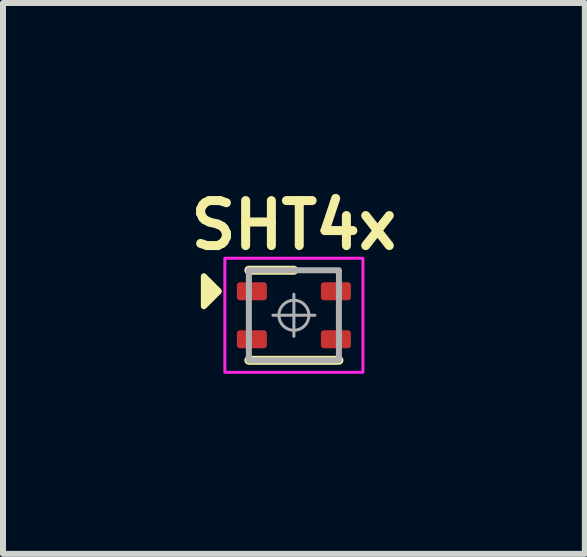
<source format=kicad_pcb>
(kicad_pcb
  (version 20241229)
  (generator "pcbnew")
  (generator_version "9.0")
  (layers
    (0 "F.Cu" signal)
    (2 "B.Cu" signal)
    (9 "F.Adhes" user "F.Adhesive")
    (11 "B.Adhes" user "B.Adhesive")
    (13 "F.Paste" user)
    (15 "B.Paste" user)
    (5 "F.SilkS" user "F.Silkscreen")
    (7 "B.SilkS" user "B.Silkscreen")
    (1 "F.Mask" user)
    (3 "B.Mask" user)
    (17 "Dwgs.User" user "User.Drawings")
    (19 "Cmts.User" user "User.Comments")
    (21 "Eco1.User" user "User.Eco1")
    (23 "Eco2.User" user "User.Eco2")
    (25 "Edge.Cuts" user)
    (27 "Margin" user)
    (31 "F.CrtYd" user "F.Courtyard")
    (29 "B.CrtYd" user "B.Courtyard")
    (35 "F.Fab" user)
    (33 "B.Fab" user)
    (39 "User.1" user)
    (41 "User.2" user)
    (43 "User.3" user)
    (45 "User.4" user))
  (footprint "SHT4x"
    (layer "F.Cu")
    (at 1.846 2.202)
    (property "Reference" "SHT4x" (at 0 -1.5 0) (unlocked yes) (layer "F.SilkS") (effects (font (size 0.75 0.75) (thickness 0.15) (bold yes))))
    (attr smd)
    (fp_line (start -0.75 -0.75) (end 0 -0.75) (stroke (width 0.15) (type default)) (layer "F.SilkS"))
    (fp_line (start 0.75 0.75) (end -0.75 0.75) (stroke (width 0.15) (type default)) (layer "F.SilkS"))
    (fp_poly (pts (xy -1.25 -0.4) (xy -1.5 -0.15) (xy -1.5 -0.65)) (stroke (width 0.1) (type solid)) (fill yes) (layer "F.SilkS"))
    (fp_rect (start -1.15 -0.95) (end 1.15 0.95) (stroke (width 0.05) (type default)) (fill no) (layer "F.CrtYd"))
    (fp_line (start -0.35 0) (end 0.35 0) (stroke (width 0.05) (type solid)) (layer "F.Fab"))
    (fp_line (start 0 -0.35) (end 0 0.35) (stroke (width 0.05) (type solid)) (layer "F.Fab"))
    (fp_rect (start -0.75 -0.75) (end 0.75 0.75) (stroke (width 0.1) (type default)) (fill no) (layer "F.Fab"))
    (fp_circle (center 0 0) (end 0.25 0) (stroke (width 0.05) (type solid)) (fill no) (layer "F.Fab"))
    (pad "1" smd roundrect (at -0.7 -0.4) (size 0.5 0.3) (layers "F.Cu" "F.Mask" "F.Paste") (roundrect_rratio 0.167))
    (pad "2" smd roundrect (at -0.7 0.4) (size 0.5 0.3) (layers "F.Cu" "F.Mask" "F.Paste") (roundrect_rratio 0.167))
    (pad "3" smd roundrect (at 0.7 0.4) (size 0.5 0.3) (layers "F.Cu" "F.Mask" "F.Paste") (roundrect_rratio 0.167))
    (pad "4" smd roundrect (at 0.7 -0.4) (size 0.5 0.3) (layers "F.Cu" "F.Mask" "F.Paste") (roundrect_rratio 0.167)))
  (gr_rect
    (start -3 -3)
    (end 6.693 6.177)
    (stroke (width 0.1) (type default))
    (fill no)
    (layer "Edge.Cuts")))
</source>
